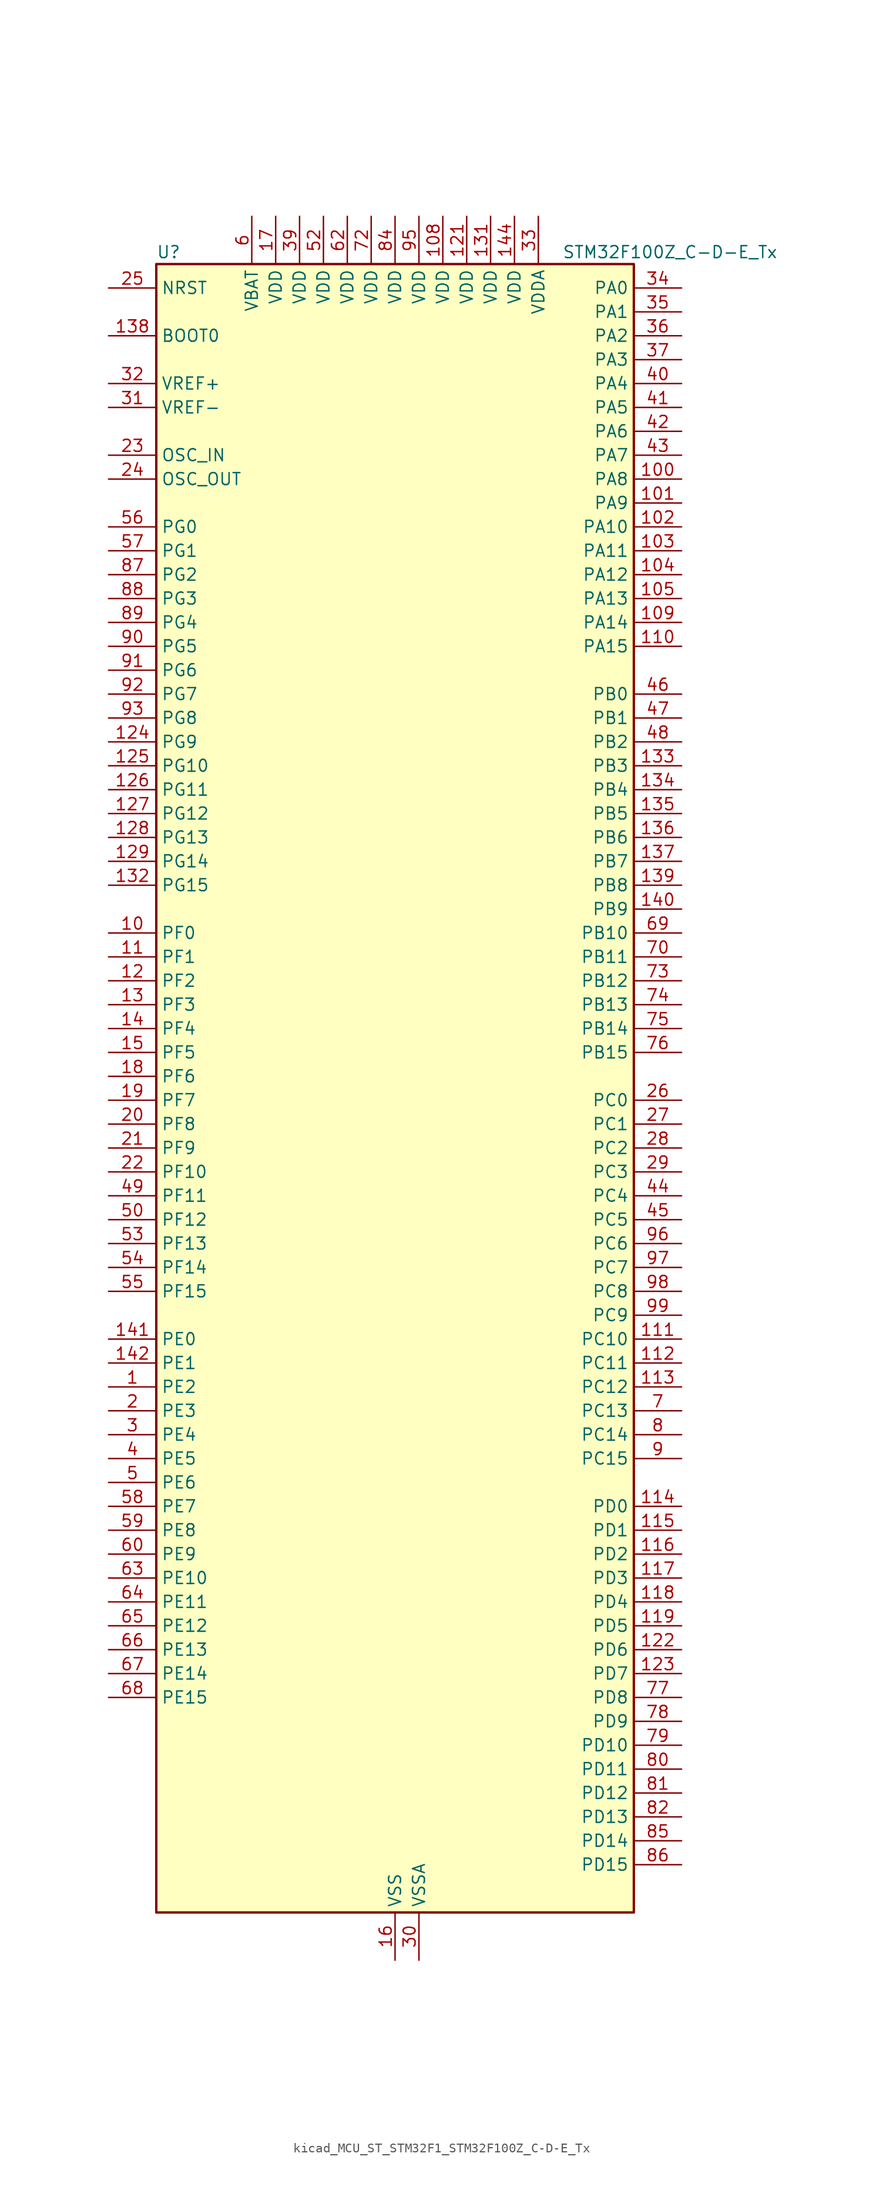
<source format=kicad_sym>
(kicad_symbol_lib
  (version 20220914)
  (generator kicad_symbol_editor)
  (symbol "kicad_MCU_ST_STM32F1_STM32F100Z_C-D-E_Tx"
    (property "Reference" "U"
      (at -25.4 90.17 0)
      (effects (font (size 1.27 1.27)) (justify left)))
    (property "Value" "STM32F100Z_C-D-E_Tx"
      (at 17.78 90.17 0)
      (effects (font (size 1.27 1.27)) (justify left)))
    (property "ki_locked" ""
      (at 0 0 0)
      (effects (font (size 1.27 1.27))))
    (symbol "kicad_MCU_ST_STM32F1_STM32F100Z_C-D-E_Tx_0_1"
      (rectangle (start -25.4 -86.36) (end 25.4 88.9) (stroke (width 0.254) (type default)) (fill (type background))))
    (symbol "kicad_MCU_ST_STM32F1_STM32F100Z_C-D-E_Tx_1_1"
      (pin bidirectional line (at -30.48 -30.48 0) (length 5.08) (name "PE2" (effects (font (size 1.27 1.27)))) (number "1" (effects (font (size 1.27 1.27)))) (alternate "FSMC_A23" bidirectional line) (alternate "SYS_TRACECLK" bidirectional line))
      (pin bidirectional line (at -30.48 17.78 0) (length 5.08) (name "PF0" (effects (font (size 1.27 1.27)))) (number "10" (effects (font (size 1.27 1.27)))) (alternate "FSMC_A0" bidirectional line))
      (pin bidirectional line (at 30.48 66.04 180) (length 5.08) (name "PA8" (effects (font (size 1.27 1.27)))) (number "100" (effects (font (size 1.27 1.27)))) (alternate "RCC_MCO" bidirectional line) (alternate "TIM1_CH1" bidirectional line) (alternate "USART1_CK" bidirectional line))
      (pin bidirectional line (at 30.48 63.5 180) (length 5.08) (name "PA9" (effects (font (size 1.27 1.27)))) (number "101" (effects (font (size 1.27 1.27)))) (alternate "DAC_EXTI9" bidirectional line) (alternate "TIM15_BKIN" bidirectional line) (alternate "TIM1_CH2" bidirectional line) (alternate "USART1_TX" bidirectional line))
      (pin bidirectional line (at 30.48 60.96 180) (length 5.08) (name "PA10" (effects (font (size 1.27 1.27)))) (number "102" (effects (font (size 1.27 1.27)))) (alternate "TIM17_BKIN" bidirectional line) (alternate "TIM1_CH3" bidirectional line) (alternate "USART1_RX" bidirectional line))
      (pin bidirectional line (at 30.48 58.42 180) (length 5.08) (name "PA11" (effects (font (size 1.27 1.27)))) (number "103" (effects (font (size 1.27 1.27)))) (alternate "ADC1_EXTI11" bidirectional line) (alternate "TIM1_CH4" bidirectional line) (alternate "USART1_CTS" bidirectional line))
      (pin bidirectional line (at 30.48 55.88 180) (length 5.08) (name "PA12" (effects (font (size 1.27 1.27)))) (number "104" (effects (font (size 1.27 1.27)))) (alternate "TIM1_ETR" bidirectional line) (alternate "USART1_RTS" bidirectional line))
      (pin bidirectional line (at 30.48 53.34 180) (length 5.08) (name "PA13" (effects (font (size 1.27 1.27)))) (number "105" (effects (font (size 1.27 1.27)))) (alternate "SYS_JTMS-SWDIO" bidirectional line))
      (pin no_connect line (at -25.4 -86.36 0) (length 5.08) hide (name "NC" (effects (font (size 1.27 1.27)))) (number "106" (effects (font (size 1.27 1.27)))))
      (pin passive line (at 0 -91.44 90) (length 5.08) hide (name "VSS" (effects (font (size 1.27 1.27)))) (number "107" (effects (font (size 1.27 1.27)))))
      (pin power_in line (at 5.08 93.98 270) (length 5.08) (name "VDD" (effects (font (size 1.27 1.27)))) (number "108" (effects (font (size 1.27 1.27)))))
      (pin bidirectional line (at 30.48 50.8 180) (length 5.08) (name "PA14" (effects (font (size 1.27 1.27)))) (number "109" (effects (font (size 1.27 1.27)))) (alternate "SYS_JTCK-SWCLK" bidirectional line))
      (pin bidirectional line (at -30.48 15.24 0) (length 5.08) (name "PF1" (effects (font (size 1.27 1.27)))) (number "11" (effects (font (size 1.27 1.27)))) (alternate "FSMC_A1" bidirectional line))
      (pin bidirectional line (at 30.48 48.26 180) (length 5.08) (name "PA15" (effects (font (size 1.27 1.27)))) (number "110" (effects (font (size 1.27 1.27)))) (alternate "ADC1_EXTI15" bidirectional line) (alternate "SPI1_NSS" bidirectional line) (alternate "SPI3_NSS" bidirectional line) (alternate "SYS_JTDI" bidirectional line) (alternate "TIM2_CH1" bidirectional line) (alternate "TIM2_ETR" bidirectional line))
      (pin bidirectional line (at 30.48 -25.4 180) (length 5.08) (name "PC10" (effects (font (size 1.27 1.27)))) (number "111" (effects (font (size 1.27 1.27)))) (alternate "UART4_TX" bidirectional line) (alternate "USART3_TX" bidirectional line))
      (pin bidirectional line (at 30.48 -27.94 180) (length 5.08) (name "PC11" (effects (font (size 1.27 1.27)))) (number "112" (effects (font (size 1.27 1.27)))) (alternate "ADC1_EXTI11" bidirectional line) (alternate "UART4_RX" bidirectional line) (alternate "USART3_RX" bidirectional line))
      (pin bidirectional line (at 30.48 -30.48 180) (length 5.08) (name "PC12" (effects (font (size 1.27 1.27)))) (number "113" (effects (font (size 1.27 1.27)))) (alternate "UART5_TX" bidirectional line) (alternate "USART3_CK" bidirectional line))
      (pin bidirectional line (at 30.48 -43.18 180) (length 5.08) (name "PD0" (effects (font (size 1.27 1.27)))) (number "114" (effects (font (size 1.27 1.27)))) (alternate "FSMC_D2" bidirectional line) (alternate "FSMC_DA2" bidirectional line))
      (pin bidirectional line (at 30.48 -45.72 180) (length 5.08) (name "PD1" (effects (font (size 1.27 1.27)))) (number "115" (effects (font (size 1.27 1.27)))) (alternate "FSMC_D3" bidirectional line) (alternate "FSMC_DA3" bidirectional line))
      (pin bidirectional line (at 30.48 -48.26 180) (length 5.08) (name "PD2" (effects (font (size 1.27 1.27)))) (number "116" (effects (font (size 1.27 1.27)))) (alternate "TIM3_ETR" bidirectional line) (alternate "UART5_RX" bidirectional line))
      (pin bidirectional line (at 30.48 -50.8 180) (length 5.08) (name "PD3" (effects (font (size 1.27 1.27)))) (number "117" (effects (font (size 1.27 1.27)))) (alternate "FSMC_CLK" bidirectional line) (alternate "USART2_CTS" bidirectional line))
      (pin bidirectional line (at 30.48 -53.34 180) (length 5.08) (name "PD4" (effects (font (size 1.27 1.27)))) (number "118" (effects (font (size 1.27 1.27)))) (alternate "FSMC_NOE" bidirectional line) (alternate "USART2_RTS" bidirectional line))
      (pin bidirectional line (at 30.48 -55.88 180) (length 5.08) (name "PD5" (effects (font (size 1.27 1.27)))) (number "119" (effects (font (size 1.27 1.27)))) (alternate "FSMC_NWE" bidirectional line) (alternate "USART2_TX" bidirectional line))
      (pin bidirectional line (at -30.48 12.7 0) (length 5.08) (name "PF2" (effects (font (size 1.27 1.27)))) (number "12" (effects (font (size 1.27 1.27)))) (alternate "FSMC_A2" bidirectional line))
      (pin passive line (at 0 -91.44 90) (length 5.08) hide (name "VSS" (effects (font (size 1.27 1.27)))) (number "120" (effects (font (size 1.27 1.27)))))
      (pin power_in line (at 7.62 93.98 270) (length 5.08) (name "VDD" (effects (font (size 1.27 1.27)))) (number "121" (effects (font (size 1.27 1.27)))))
      (pin bidirectional line (at 30.48 -58.42 180) (length 5.08) (name "PD6" (effects (font (size 1.27 1.27)))) (number "122" (effects (font (size 1.27 1.27)))) (alternate "FSMC_NWAIT" bidirectional line) (alternate "USART2_RX" bidirectional line))
      (pin bidirectional line (at 30.48 -60.96 180) (length 5.08) (name "PD7" (effects (font (size 1.27 1.27)))) (number "123" (effects (font (size 1.27 1.27)))) (alternate "FSMC_NE1" bidirectional line) (alternate "USART2_CK" bidirectional line))
      (pin bidirectional line (at -30.48 38.1 0) (length 5.08) (name "PG9" (effects (font (size 1.27 1.27)))) (number "124" (effects (font (size 1.27 1.27)))) (alternate "DAC_EXTI9" bidirectional line) (alternate "FSMC_NE2" bidirectional line))
      (pin bidirectional line (at -30.48 35.56 0) (length 5.08) (name "PG10" (effects (font (size 1.27 1.27)))) (number "125" (effects (font (size 1.27 1.27)))) (alternate "FSMC_NE3" bidirectional line))
      (pin bidirectional line (at -30.48 33.02 0) (length 5.08) (name "PG11" (effects (font (size 1.27 1.27)))) (number "126" (effects (font (size 1.27 1.27)))) (alternate "ADC1_EXTI11" bidirectional line))
      (pin bidirectional line (at -30.48 30.48 0) (length 5.08) (name "PG12" (effects (font (size 1.27 1.27)))) (number "127" (effects (font (size 1.27 1.27)))) (alternate "FSMC_NE4" bidirectional line))
      (pin bidirectional line (at -30.48 27.94 0) (length 5.08) (name "PG13" (effects (font (size 1.27 1.27)))) (number "128" (effects (font (size 1.27 1.27)))) (alternate "FSMC_A24" bidirectional line))
      (pin bidirectional line (at -30.48 25.4 0) (length 5.08) (name "PG14" (effects (font (size 1.27 1.27)))) (number "129" (effects (font (size 1.27 1.27)))) (alternate "FSMC_A25" bidirectional line))
      (pin bidirectional line (at -30.48 10.16 0) (length 5.08) (name "PF3" (effects (font (size 1.27 1.27)))) (number "13" (effects (font (size 1.27 1.27)))) (alternate "FSMC_A3" bidirectional line))
      (pin passive line (at 0 -91.44 90) (length 5.08) hide (name "VSS" (effects (font (size 1.27 1.27)))) (number "130" (effects (font (size 1.27 1.27)))))
      (pin power_in line (at 10.16 93.98 270) (length 5.08) (name "VDD" (effects (font (size 1.27 1.27)))) (number "131" (effects (font (size 1.27 1.27)))))
      (pin bidirectional line (at -30.48 22.86 0) (length 5.08) (name "PG15" (effects (font (size 1.27 1.27)))) (number "132" (effects (font (size 1.27 1.27)))) (alternate "ADC1_EXTI15" bidirectional line))
      (pin bidirectional line (at 30.48 35.56 180) (length 5.08) (name "PB3" (effects (font (size 1.27 1.27)))) (number "133" (effects (font (size 1.27 1.27)))) (alternate "SPI1_SCK" bidirectional line) (alternate "SPI3_SCK" bidirectional line) (alternate "SYS_JTDO-TRACESWO" bidirectional line) (alternate "TIM2_CH2" bidirectional line))
      (pin bidirectional line (at 30.48 33.02 180) (length 5.08) (name "PB4" (effects (font (size 1.27 1.27)))) (number "134" (effects (font (size 1.27 1.27)))) (alternate "SPI1_MISO" bidirectional line) (alternate "SPI3_MISO" bidirectional line) (alternate "SYS_NJTRST" bidirectional line) (alternate "TIM3_CH1" bidirectional line))
      (pin bidirectional line (at 30.48 30.48 180) (length 5.08) (name "PB5" (effects (font (size 1.27 1.27)))) (number "135" (effects (font (size 1.27 1.27)))) (alternate "I2C1_SMBA" bidirectional line) (alternate "SPI1_MOSI" bidirectional line) (alternate "SPI3_MOSI" bidirectional line) (alternate "TIM16_BKIN" bidirectional line) (alternate "TIM3_CH2" bidirectional line))
      (pin bidirectional line (at 30.48 27.94 180) (length 5.08) (name "PB6" (effects (font (size 1.27 1.27)))) (number "136" (effects (font (size 1.27 1.27)))) (alternate "I2C1_SCL" bidirectional line) (alternate "TIM16_CH1N" bidirectional line) (alternate "TIM4_CH1" bidirectional line) (alternate "USART1_TX" bidirectional line))
      (pin bidirectional line (at 30.48 25.4 180) (length 5.08) (name "PB7" (effects (font (size 1.27 1.27)))) (number "137" (effects (font (size 1.27 1.27)))) (alternate "FSMC_NL" bidirectional line) (alternate "I2C1_SDA" bidirectional line) (alternate "TIM17_CH1N" bidirectional line) (alternate "TIM4_CH2" bidirectional line) (alternate "USART1_RX" bidirectional line))
      (pin input line (at -30.48 81.28 0) (length 5.08) (name "BOOT0" (effects (font (size 1.27 1.27)))) (number "138" (effects (font (size 1.27 1.27)))))
      (pin bidirectional line (at 30.48 22.86 180) (length 5.08) (name "PB8" (effects (font (size 1.27 1.27)))) (number "139" (effects (font (size 1.27 1.27)))) (alternate "CEC" bidirectional line) (alternate "I2C1_SCL" bidirectional line) (alternate "TIM16_CH1" bidirectional line) (alternate "TIM4_CH3" bidirectional line))
      (pin bidirectional line (at -30.48 7.62 0) (length 5.08) (name "PF4" (effects (font (size 1.27 1.27)))) (number "14" (effects (font (size 1.27 1.27)))) (alternate "FSMC_A4" bidirectional line))
      (pin bidirectional line (at 30.48 20.32 180) (length 5.08) (name "PB9" (effects (font (size 1.27 1.27)))) (number "140" (effects (font (size 1.27 1.27)))) (alternate "DAC_EXTI9" bidirectional line) (alternate "I2C1_SDA" bidirectional line) (alternate "TIM17_CH1" bidirectional line) (alternate "TIM4_CH4" bidirectional line))
      (pin bidirectional line (at -30.48 -25.4 0) (length 5.08) (name "PE0" (effects (font (size 1.27 1.27)))) (number "141" (effects (font (size 1.27 1.27)))) (alternate "FSMC_NBL0" bidirectional line) (alternate "TIM4_ETR" bidirectional line))
      (pin bidirectional line (at -30.48 -27.94 0) (length 5.08) (name "PE1" (effects (font (size 1.27 1.27)))) (number "142" (effects (font (size 1.27 1.27)))) (alternate "FSMC_NBL1" bidirectional line))
      (pin passive line (at 0 -91.44 90) (length 5.08) hide (name "VSS" (effects (font (size 1.27 1.27)))) (number "143" (effects (font (size 1.27 1.27)))))
      (pin power_in line (at 12.7 93.98 270) (length 5.08) (name "VDD" (effects (font (size 1.27 1.27)))) (number "144" (effects (font (size 1.27 1.27)))))
      (pin bidirectional line (at -30.48 5.08 0) (length 5.08) (name "PF5" (effects (font (size 1.27 1.27)))) (number "15" (effects (font (size 1.27 1.27)))) (alternate "FSMC_A5" bidirectional line))
      (pin power_in line (at 0 -91.44 90) (length 5.08) (name "VSS" (effects (font (size 1.27 1.27)))) (number "16" (effects (font (size 1.27 1.27)))))
      (pin power_in line (at -12.7 93.98 270) (length 5.08) (name "VDD" (effects (font (size 1.27 1.27)))) (number "17" (effects (font (size 1.27 1.27)))))
      (pin bidirectional line (at -30.48 2.54 0) (length 5.08) (name "PF6" (effects (font (size 1.27 1.27)))) (number "18" (effects (font (size 1.27 1.27)))))
      (pin bidirectional line (at -30.48 0 0) (length 5.08) (name "PF7" (effects (font (size 1.27 1.27)))) (number "19" (effects (font (size 1.27 1.27)))))
      (pin bidirectional line (at -30.48 -33.02 0) (length 5.08) (name "PE3" (effects (font (size 1.27 1.27)))) (number "2" (effects (font (size 1.27 1.27)))) (alternate "FSMC_A19" bidirectional line) (alternate "SYS_TRACED0" bidirectional line))
      (pin bidirectional line (at -30.48 -2.54 0) (length 5.08) (name "PF8" (effects (font (size 1.27 1.27)))) (number "20" (effects (font (size 1.27 1.27)))))
      (pin bidirectional line (at -30.48 -5.08 0) (length 5.08) (name "PF9" (effects (font (size 1.27 1.27)))) (number "21" (effects (font (size 1.27 1.27)))) (alternate "DAC_EXTI9" bidirectional line))
      (pin bidirectional line (at -30.48 -7.62 0) (length 5.08) (name "PF10" (effects (font (size 1.27 1.27)))) (number "22" (effects (font (size 1.27 1.27)))))
      (pin input line (at -30.48 68.58 0) (length 5.08) (name "OSC_IN" (effects (font (size 1.27 1.27)))) (number "23" (effects (font (size 1.27 1.27)))) (alternate "RCC_OSC_IN" bidirectional line))
      (pin input line (at -30.48 66.04 0) (length 5.08) (name "OSC_OUT" (effects (font (size 1.27 1.27)))) (number "24" (effects (font (size 1.27 1.27)))) (alternate "RCC_OSC_OUT" bidirectional line))
      (pin input line (at -30.48 86.36 0) (length 5.08) (name "NRST" (effects (font (size 1.27 1.27)))) (number "25" (effects (font (size 1.27 1.27)))))
      (pin bidirectional line (at 30.48 0 180) (length 5.08) (name "PC0" (effects (font (size 1.27 1.27)))) (number "26" (effects (font (size 1.27 1.27)))) (alternate "ADC1_IN10" bidirectional line))
      (pin bidirectional line (at 30.48 -2.54 180) (length 5.08) (name "PC1" (effects (font (size 1.27 1.27)))) (number "27" (effects (font (size 1.27 1.27)))) (alternate "ADC1_IN11" bidirectional line))
      (pin bidirectional line (at 30.48 -5.08 180) (length 5.08) (name "PC2" (effects (font (size 1.27 1.27)))) (number "28" (effects (font (size 1.27 1.27)))) (alternate "ADC1_IN12" bidirectional line))
      (pin bidirectional line (at 30.48 -7.62 180) (length 5.08) (name "PC3" (effects (font (size 1.27 1.27)))) (number "29" (effects (font (size 1.27 1.27)))) (alternate "ADC1_IN13" bidirectional line))
      (pin bidirectional line (at -30.48 -35.56 0) (length 5.08) (name "PE4" (effects (font (size 1.27 1.27)))) (number "3" (effects (font (size 1.27 1.27)))) (alternate "FSMC_A20" bidirectional line) (alternate "SYS_TRACED1" bidirectional line))
      (pin power_in line (at 2.54 -91.44 90) (length 5.08) (name "VSSA" (effects (font (size 1.27 1.27)))) (number "30" (effects (font (size 1.27 1.27)))))
      (pin input line (at -30.48 73.66 0) (length 5.08) (name "VREF-" (effects (font (size 1.27 1.27)))) (number "31" (effects (font (size 1.27 1.27)))))
      (pin input line (at -30.48 76.2 0) (length 5.08) (name "VREF+" (effects (font (size 1.27 1.27)))) (number "32" (effects (font (size 1.27 1.27)))))
      (pin power_in line (at 15.24 93.98 270) (length 5.08) (name "VDDA" (effects (font (size 1.27 1.27)))) (number "33" (effects (font (size 1.27 1.27)))))
      (pin bidirectional line (at 30.48 86.36 180) (length 5.08) (name "PA0" (effects (font (size 1.27 1.27)))) (number "34" (effects (font (size 1.27 1.27)))) (alternate "ADC1_IN0" bidirectional line) (alternate "SYS_WKUP" bidirectional line) (alternate "TIM2_CH1" bidirectional line) (alternate "TIM2_ETR" bidirectional line) (alternate "TIM5_CH1" bidirectional line) (alternate "USART2_CTS" bidirectional line))
      (pin bidirectional line (at 30.48 83.82 180) (length 5.08) (name "PA1" (effects (font (size 1.27 1.27)))) (number "35" (effects (font (size 1.27 1.27)))) (alternate "ADC1_IN1" bidirectional line) (alternate "TIM2_CH2" bidirectional line) (alternate "TIM5_CH2" bidirectional line) (alternate "USART2_RTS" bidirectional line))
      (pin bidirectional line (at 30.48 81.28 180) (length 5.08) (name "PA2" (effects (font (size 1.27 1.27)))) (number "36" (effects (font (size 1.27 1.27)))) (alternate "ADC1_IN2" bidirectional line) (alternate "TIM15_CH1" bidirectional line) (alternate "TIM2_CH3" bidirectional line) (alternate "TIM5_CH3" bidirectional line) (alternate "USART2_TX" bidirectional line))
      (pin bidirectional line (at 30.48 78.74 180) (length 5.08) (name "PA3" (effects (font (size 1.27 1.27)))) (number "37" (effects (font (size 1.27 1.27)))) (alternate "ADC1_IN3" bidirectional line) (alternate "TIM15_CH2" bidirectional line) (alternate "TIM2_CH4" bidirectional line) (alternate "TIM5_CH4" bidirectional line) (alternate "USART2_RX" bidirectional line))
      (pin passive line (at 0 -91.44 90) (length 5.08) hide (name "VSS" (effects (font (size 1.27 1.27)))) (number "38" (effects (font (size 1.27 1.27)))))
      (pin power_in line (at -10.16 93.98 270) (length 5.08) (name "VDD" (effects (font (size 1.27 1.27)))) (number "39" (effects (font (size 1.27 1.27)))))
      (pin bidirectional line (at -30.48 -38.1 0) (length 5.08) (name "PE5" (effects (font (size 1.27 1.27)))) (number "4" (effects (font (size 1.27 1.27)))) (alternate "FSMC_A21" bidirectional line) (alternate "SYS_TRACED2" bidirectional line))
      (pin bidirectional line (at 30.48 76.2 180) (length 5.08) (name "PA4" (effects (font (size 1.27 1.27)))) (number "40" (effects (font (size 1.27 1.27)))) (alternate "ADC1_IN4" bidirectional line) (alternate "DAC_OUT1" bidirectional line) (alternate "SPI1_NSS" bidirectional line) (alternate "USART2_CK" bidirectional line))
      (pin bidirectional line (at 30.48 73.66 180) (length 5.08) (name "PA5" (effects (font (size 1.27 1.27)))) (number "41" (effects (font (size 1.27 1.27)))) (alternate "ADC1_IN5" bidirectional line) (alternate "DAC_OUT2" bidirectional line) (alternate "SPI1_SCK" bidirectional line))
      (pin bidirectional line (at 30.48 71.12 180) (length 5.08) (name "PA6" (effects (font (size 1.27 1.27)))) (number "42" (effects (font (size 1.27 1.27)))) (alternate "ADC1_IN6" bidirectional line) (alternate "SPI1_MISO" bidirectional line) (alternate "TIM16_CH1" bidirectional line) (alternate "TIM1_BKIN" bidirectional line) (alternate "TIM3_CH1" bidirectional line))
      (pin bidirectional line (at 30.48 68.58 180) (length 5.08) (name "PA7" (effects (font (size 1.27 1.27)))) (number "43" (effects (font (size 1.27 1.27)))) (alternate "ADC1_IN7" bidirectional line) (alternate "SPI1_MOSI" bidirectional line) (alternate "TIM17_CH1" bidirectional line) (alternate "TIM1_CH1N" bidirectional line) (alternate "TIM3_CH2" bidirectional line))
      (pin bidirectional line (at 30.48 -10.16 180) (length 5.08) (name "PC4" (effects (font (size 1.27 1.27)))) (number "44" (effects (font (size 1.27 1.27)))) (alternate "ADC1_IN14" bidirectional line) (alternate "TIM12_CH1" bidirectional line))
      (pin bidirectional line (at 30.48 -12.7 180) (length 5.08) (name "PC5" (effects (font (size 1.27 1.27)))) (number "45" (effects (font (size 1.27 1.27)))) (alternate "ADC1_IN15" bidirectional line) (alternate "TIM12_CH2" bidirectional line))
      (pin bidirectional line (at 30.48 43.18 180) (length 5.08) (name "PB0" (effects (font (size 1.27 1.27)))) (number "46" (effects (font (size 1.27 1.27)))) (alternate "ADC1_IN8" bidirectional line) (alternate "TIM13_CH1" bidirectional line) (alternate "TIM1_CH2N" bidirectional line) (alternate "TIM3_CH3" bidirectional line))
      (pin bidirectional line (at 30.48 40.64 180) (length 5.08) (name "PB1" (effects (font (size 1.27 1.27)))) (number "47" (effects (font (size 1.27 1.27)))) (alternate "ADC1_IN9" bidirectional line) (alternate "TIM14_CH1" bidirectional line) (alternate "TIM1_CH3N" bidirectional line) (alternate "TIM3_CH4" bidirectional line))
      (pin bidirectional line (at 30.48 38.1 180) (length 5.08) (name "PB2" (effects (font (size 1.27 1.27)))) (number "48" (effects (font (size 1.27 1.27)))))
      (pin bidirectional line (at -30.48 -10.16 0) (length 5.08) (name "PF11" (effects (font (size 1.27 1.27)))) (number "49" (effects (font (size 1.27 1.27)))) (alternate "ADC1_EXTI11" bidirectional line))
      (pin bidirectional line (at -30.48 -40.64 0) (length 5.08) (name "PE6" (effects (font (size 1.27 1.27)))) (number "5" (effects (font (size 1.27 1.27)))) (alternate "FSMC_A22" bidirectional line) (alternate "SYS_TRACED3" bidirectional line))
      (pin bidirectional line (at -30.48 -12.7 0) (length 5.08) (name "PF12" (effects (font (size 1.27 1.27)))) (number "50" (effects (font (size 1.27 1.27)))) (alternate "FSMC_A6" bidirectional line))
      (pin passive line (at 0 -91.44 90) (length 5.08) hide (name "VSS" (effects (font (size 1.27 1.27)))) (number "51" (effects (font (size 1.27 1.27)))))
      (pin power_in line (at -7.62 93.98 270) (length 5.08) (name "VDD" (effects (font (size 1.27 1.27)))) (number "52" (effects (font (size 1.27 1.27)))))
      (pin bidirectional line (at -30.48 -15.24 0) (length 5.08) (name "PF13" (effects (font (size 1.27 1.27)))) (number "53" (effects (font (size 1.27 1.27)))) (alternate "FSMC_A7" bidirectional line))
      (pin bidirectional line (at -30.48 -17.78 0) (length 5.08) (name "PF14" (effects (font (size 1.27 1.27)))) (number "54" (effects (font (size 1.27 1.27)))) (alternate "FSMC_A8" bidirectional line))
      (pin bidirectional line (at -30.48 -20.32 0) (length 5.08) (name "PF15" (effects (font (size 1.27 1.27)))) (number "55" (effects (font (size 1.27 1.27)))) (alternate "ADC1_EXTI15" bidirectional line) (alternate "FSMC_A9" bidirectional line))
      (pin bidirectional line (at -30.48 60.96 0) (length 5.08) (name "PG0" (effects (font (size 1.27 1.27)))) (number "56" (effects (font (size 1.27 1.27)))) (alternate "FSMC_A10" bidirectional line))
      (pin bidirectional line (at -30.48 58.42 0) (length 5.08) (name "PG1" (effects (font (size 1.27 1.27)))) (number "57" (effects (font (size 1.27 1.27)))) (alternate "FSMC_A11" bidirectional line))
      (pin bidirectional line (at -30.48 -43.18 0) (length 5.08) (name "PE7" (effects (font (size 1.27 1.27)))) (number "58" (effects (font (size 1.27 1.27)))) (alternate "FSMC_D4" bidirectional line) (alternate "FSMC_DA4" bidirectional line) (alternate "TIM1_ETR" bidirectional line))
      (pin bidirectional line (at -30.48 -45.72 0) (length 5.08) (name "PE8" (effects (font (size 1.27 1.27)))) (number "59" (effects (font (size 1.27 1.27)))) (alternate "FSMC_D5" bidirectional line) (alternate "FSMC_DA5" bidirectional line) (alternate "TIM1_CH1N" bidirectional line))
      (pin power_in line (at -15.24 93.98 270) (length 5.08) (name "VBAT" (effects (font (size 1.27 1.27)))) (number "6" (effects (font (size 1.27 1.27)))))
      (pin bidirectional line (at -30.48 -48.26 0) (length 5.08) (name "PE9" (effects (font (size 1.27 1.27)))) (number "60" (effects (font (size 1.27 1.27)))) (alternate "DAC_EXTI9" bidirectional line) (alternate "FSMC_D6" bidirectional line) (alternate "FSMC_DA6" bidirectional line) (alternate "TIM1_CH1" bidirectional line))
      (pin passive line (at 0 -91.44 90) (length 5.08) hide (name "VSS" (effects (font (size 1.27 1.27)))) (number "61" (effects (font (size 1.27 1.27)))))
      (pin power_in line (at -5.08 93.98 270) (length 5.08) (name "VDD" (effects (font (size 1.27 1.27)))) (number "62" (effects (font (size 1.27 1.27)))))
      (pin bidirectional line (at -30.48 -50.8 0) (length 5.08) (name "PE10" (effects (font (size 1.27 1.27)))) (number "63" (effects (font (size 1.27 1.27)))) (alternate "FSMC_D7" bidirectional line) (alternate "FSMC_DA7" bidirectional line) (alternate "TIM1_CH2N" bidirectional line))
      (pin bidirectional line (at -30.48 -53.34 0) (length 5.08) (name "PE11" (effects (font (size 1.27 1.27)))) (number "64" (effects (font (size 1.27 1.27)))) (alternate "ADC1_EXTI11" bidirectional line) (alternate "FSMC_D8" bidirectional line) (alternate "FSMC_DA8" bidirectional line) (alternate "TIM1_CH2" bidirectional line))
      (pin bidirectional line (at -30.48 -55.88 0) (length 5.08) (name "PE12" (effects (font (size 1.27 1.27)))) (number "65" (effects (font (size 1.27 1.27)))) (alternate "FSMC_D9" bidirectional line) (alternate "FSMC_DA9" bidirectional line) (alternate "TIM1_CH3N" bidirectional line))
      (pin bidirectional line (at -30.48 -58.42 0) (length 5.08) (name "PE13" (effects (font (size 1.27 1.27)))) (number "66" (effects (font (size 1.27 1.27)))) (alternate "FSMC_D10" bidirectional line) (alternate "FSMC_DA10" bidirectional line) (alternate "TIM1_CH3" bidirectional line))
      (pin bidirectional line (at -30.48 -60.96 0) (length 5.08) (name "PE14" (effects (font (size 1.27 1.27)))) (number "67" (effects (font (size 1.27 1.27)))) (alternate "FSMC_D11" bidirectional line) (alternate "FSMC_DA11" bidirectional line) (alternate "TIM1_CH4" bidirectional line))
      (pin bidirectional line (at -30.48 -63.5 0) (length 5.08) (name "PE15" (effects (font (size 1.27 1.27)))) (number "68" (effects (font (size 1.27 1.27)))) (alternate "ADC1_EXTI15" bidirectional line) (alternate "FSMC_D12" bidirectional line) (alternate "FSMC_DA12" bidirectional line) (alternate "TIM1_BKIN" bidirectional line))
      (pin bidirectional line (at 30.48 17.78 180) (length 5.08) (name "PB10" (effects (font (size 1.27 1.27)))) (number "69" (effects (font (size 1.27 1.27)))) (alternate "CEC" bidirectional line) (alternate "I2C2_SCL" bidirectional line) (alternate "TIM2_CH3" bidirectional line) (alternate "USART3_TX" bidirectional line))
      (pin bidirectional line (at 30.48 -33.02 180) (length 5.08) (name "PC13" (effects (font (size 1.27 1.27)))) (number "7" (effects (font (size 1.27 1.27)))) (alternate "RTC_OUT" bidirectional line) (alternate "RTC_TAMPER" bidirectional line))
      (pin bidirectional line (at 30.48 15.24 180) (length 5.08) (name "PB11" (effects (font (size 1.27 1.27)))) (number "70" (effects (font (size 1.27 1.27)))) (alternate "ADC1_EXTI11" bidirectional line) (alternate "I2C2_SDA" bidirectional line) (alternate "TIM2_CH4" bidirectional line) (alternate "USART3_RX" bidirectional line))
      (pin passive line (at 0 -91.44 90) (length 5.08) hide (name "VSS" (effects (font (size 1.27 1.27)))) (number "71" (effects (font (size 1.27 1.27)))))
      (pin power_in line (at -2.54 93.98 270) (length 5.08) (name "VDD" (effects (font (size 1.27 1.27)))) (number "72" (effects (font (size 1.27 1.27)))))
      (pin bidirectional line (at 30.48 12.7 180) (length 5.08) (name "PB12" (effects (font (size 1.27 1.27)))) (number "73" (effects (font (size 1.27 1.27)))) (alternate "I2C2_SMBA" bidirectional line) (alternate "SPI2_NSS" bidirectional line) (alternate "TIM12_CH1" bidirectional line) (alternate "TIM1_BKIN" bidirectional line) (alternate "USART3_CK" bidirectional line))
      (pin bidirectional line (at 30.48 10.16 180) (length 5.08) (name "PB13" (effects (font (size 1.27 1.27)))) (number "74" (effects (font (size 1.27 1.27)))) (alternate "SPI2_SCK" bidirectional line) (alternate "TIM12_CH2" bidirectional line) (alternate "TIM1_CH1N" bidirectional line) (alternate "USART3_CTS" bidirectional line))
      (pin bidirectional line (at 30.48 7.62 180) (length 5.08) (name "PB14" (effects (font (size 1.27 1.27)))) (number "75" (effects (font (size 1.27 1.27)))) (alternate "SPI2_MISO" bidirectional line) (alternate "TIM15_CH1" bidirectional line) (alternate "TIM1_CH2N" bidirectional line) (alternate "USART3_RTS" bidirectional line))
      (pin bidirectional line (at 30.48 5.08 180) (length 5.08) (name "PB15" (effects (font (size 1.27 1.27)))) (number "76" (effects (font (size 1.27 1.27)))) (alternate "ADC1_EXTI15" bidirectional line) (alternate "SPI2_MOSI" bidirectional line) (alternate "TIM15_CH1N" bidirectional line) (alternate "TIM15_CH2" bidirectional line) (alternate "TIM1_CH3N" bidirectional line))
      (pin bidirectional line (at 30.48 -63.5 180) (length 5.08) (name "PD8" (effects (font (size 1.27 1.27)))) (number "77" (effects (font (size 1.27 1.27)))) (alternate "FSMC_D13" bidirectional line) (alternate "FSMC_DA13" bidirectional line) (alternate "USART3_TX" bidirectional line))
      (pin bidirectional line (at 30.48 -66.04 180) (length 5.08) (name "PD9" (effects (font (size 1.27 1.27)))) (number "78" (effects (font (size 1.27 1.27)))) (alternate "DAC_EXTI9" bidirectional line) (alternate "FSMC_D14" bidirectional line) (alternate "FSMC_DA14" bidirectional line) (alternate "USART3_RX" bidirectional line))
      (pin bidirectional line (at 30.48 -68.58 180) (length 5.08) (name "PD10" (effects (font (size 1.27 1.27)))) (number "79" (effects (font (size 1.27 1.27)))) (alternate "FSMC_D15" bidirectional line) (alternate "FSMC_DA15" bidirectional line) (alternate "USART3_CK" bidirectional line))
      (pin bidirectional line (at 30.48 -35.56 180) (length 5.08) (name "PC14" (effects (font (size 1.27 1.27)))) (number "8" (effects (font (size 1.27 1.27)))) (alternate "RCC_OSC32_IN" bidirectional line))
      (pin bidirectional line (at 30.48 -71.12 180) (length 5.08) (name "PD11" (effects (font (size 1.27 1.27)))) (number "80" (effects (font (size 1.27 1.27)))) (alternate "ADC1_EXTI11" bidirectional line) (alternate "FSMC_A16" bidirectional line) (alternate "USART3_CTS" bidirectional line))
      (pin bidirectional line (at 30.48 -73.66 180) (length 5.08) (name "PD12" (effects (font (size 1.27 1.27)))) (number "81" (effects (font (size 1.27 1.27)))) (alternate "FSMC_A17" bidirectional line) (alternate "TIM4_CH1" bidirectional line) (alternate "USART3_RTS" bidirectional line))
      (pin bidirectional line (at 30.48 -76.2 180) (length 5.08) (name "PD13" (effects (font (size 1.27 1.27)))) (number "82" (effects (font (size 1.27 1.27)))) (alternate "FSMC_A18" bidirectional line) (alternate "TIM4_CH2" bidirectional line))
      (pin passive line (at 0 -91.44 90) (length 5.08) hide (name "VSS" (effects (font (size 1.27 1.27)))) (number "83" (effects (font (size 1.27 1.27)))))
      (pin power_in line (at 0 93.98 270) (length 5.08) (name "VDD" (effects (font (size 1.27 1.27)))) (number "84" (effects (font (size 1.27 1.27)))))
      (pin bidirectional line (at 30.48 -78.74 180) (length 5.08) (name "PD14" (effects (font (size 1.27 1.27)))) (number "85" (effects (font (size 1.27 1.27)))) (alternate "FSMC_D0" bidirectional line) (alternate "FSMC_DA0" bidirectional line) (alternate "TIM4_CH3" bidirectional line))
      (pin bidirectional line (at 30.48 -81.28 180) (length 5.08) (name "PD15" (effects (font (size 1.27 1.27)))) (number "86" (effects (font (size 1.27 1.27)))) (alternate "ADC1_EXTI15" bidirectional line) (alternate "FSMC_D1" bidirectional line) (alternate "FSMC_DA1" bidirectional line) (alternate "TIM4_CH4" bidirectional line))
      (pin bidirectional line (at -30.48 55.88 0) (length 5.08) (name "PG2" (effects (font (size 1.27 1.27)))) (number "87" (effects (font (size 1.27 1.27)))) (alternate "FSMC_A12" bidirectional line))
      (pin bidirectional line (at -30.48 53.34 0) (length 5.08) (name "PG3" (effects (font (size 1.27 1.27)))) (number "88" (effects (font (size 1.27 1.27)))) (alternate "FSMC_A13" bidirectional line))
      (pin bidirectional line (at -30.48 50.8 0) (length 5.08) (name "PG4" (effects (font (size 1.27 1.27)))) (number "89" (effects (font (size 1.27 1.27)))) (alternate "FSMC_A14" bidirectional line))
      (pin bidirectional line (at 30.48 -38.1 180) (length 5.08) (name "PC15" (effects (font (size 1.27 1.27)))) (number "9" (effects (font (size 1.27 1.27)))) (alternate "ADC1_EXTI15" bidirectional line) (alternate "RCC_OSC32_OUT" bidirectional line))
      (pin bidirectional line (at -30.48 48.26 0) (length 5.08) (name "PG5" (effects (font (size 1.27 1.27)))) (number "90" (effects (font (size 1.27 1.27)))) (alternate "FSMC_A15" bidirectional line))
      (pin bidirectional line (at -30.48 45.72 0) (length 5.08) (name "PG6" (effects (font (size 1.27 1.27)))) (number "91" (effects (font (size 1.27 1.27)))))
      (pin bidirectional line (at -30.48 43.18 0) (length 5.08) (name "PG7" (effects (font (size 1.27 1.27)))) (number "92" (effects (font (size 1.27 1.27)))))
      (pin bidirectional line (at -30.48 40.64 0) (length 5.08) (name "PG8" (effects (font (size 1.27 1.27)))) (number "93" (effects (font (size 1.27 1.27)))))
      (pin passive line (at 0 -91.44 90) (length 5.08) hide (name "VSS" (effects (font (size 1.27 1.27)))) (number "94" (effects (font (size 1.27 1.27)))))
      (pin power_in line (at 2.54 93.98 270) (length 5.08) (name "VDD" (effects (font (size 1.27 1.27)))) (number "95" (effects (font (size 1.27 1.27)))))
      (pin bidirectional line (at 30.48 -15.24 180) (length 5.08) (name "PC6" (effects (font (size 1.27 1.27)))) (number "96" (effects (font (size 1.27 1.27)))) (alternate "TIM3_CH1" bidirectional line))
      (pin bidirectional line (at 30.48 -17.78 180) (length 5.08) (name "PC7" (effects (font (size 1.27 1.27)))) (number "97" (effects (font (size 1.27 1.27)))) (alternate "TIM3_CH2" bidirectional line))
      (pin bidirectional line (at 30.48 -20.32 180) (length 5.08) (name "PC8" (effects (font (size 1.27 1.27)))) (number "98" (effects (font (size 1.27 1.27)))) (alternate "TIM13_CH1" bidirectional line) (alternate "TIM3_CH3" bidirectional line))
      (pin bidirectional line (at 30.48 -22.86 180) (length 5.08) (name "PC9" (effects (font (size 1.27 1.27)))) (number "99" (effects (font (size 1.27 1.27)))) (alternate "DAC_EXTI9" bidirectional line) (alternate "TIM14_CH1" bidirectional line) (alternate "TIM3_CH4" bidirectional line)))))
</source>
